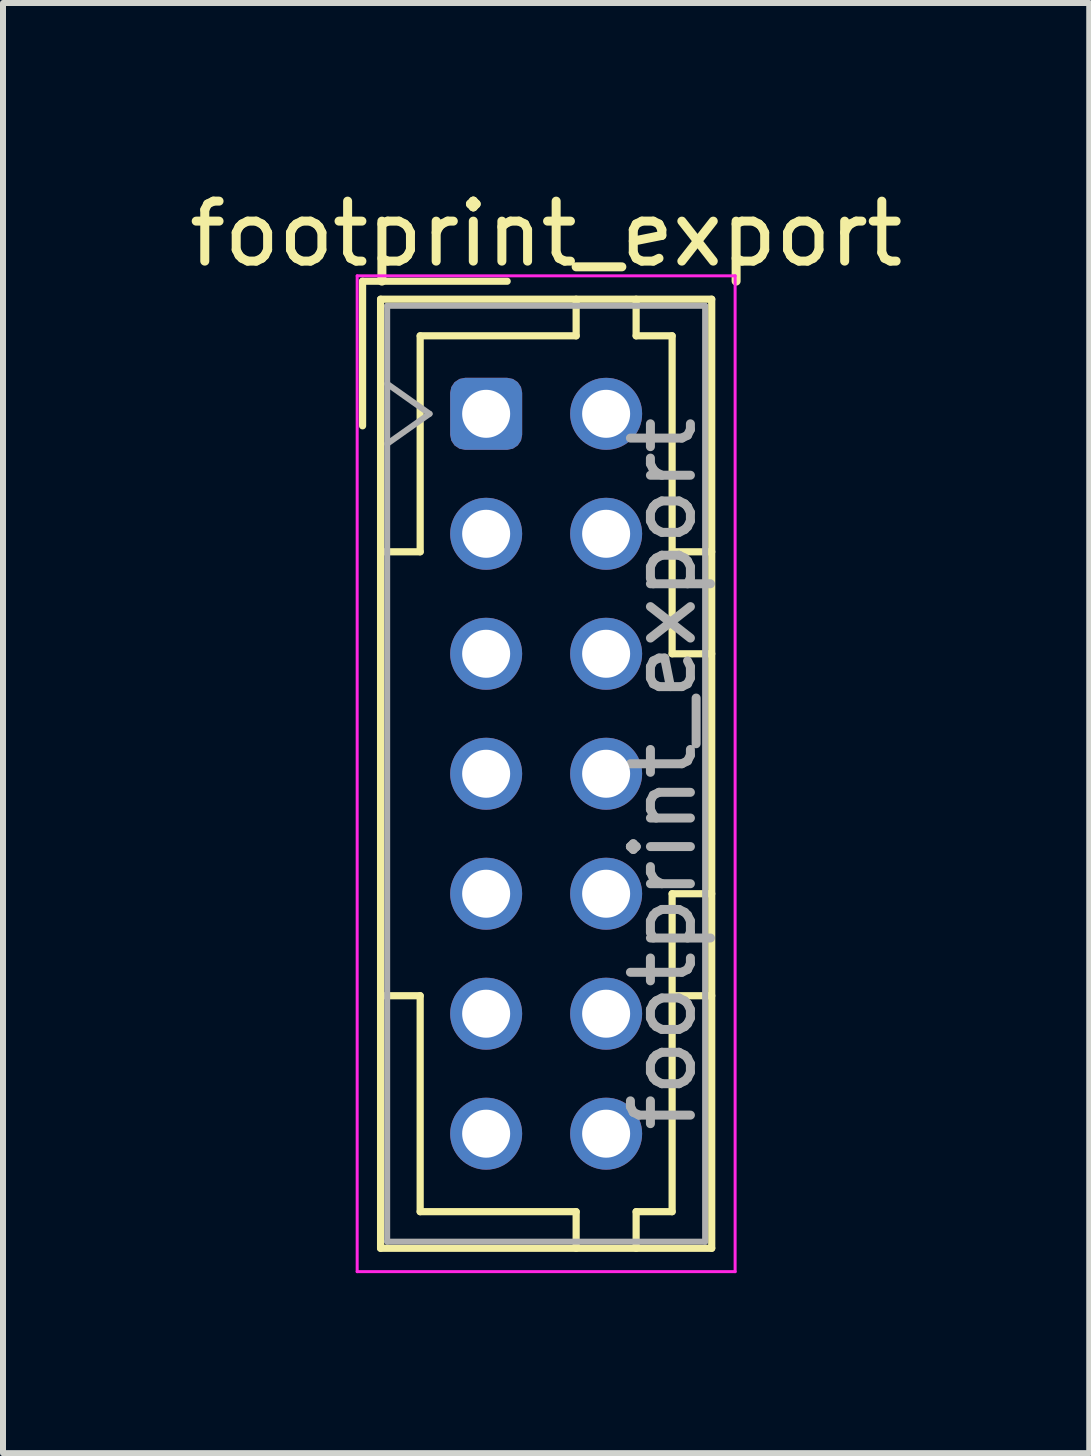
<source format=kicad_pcb>
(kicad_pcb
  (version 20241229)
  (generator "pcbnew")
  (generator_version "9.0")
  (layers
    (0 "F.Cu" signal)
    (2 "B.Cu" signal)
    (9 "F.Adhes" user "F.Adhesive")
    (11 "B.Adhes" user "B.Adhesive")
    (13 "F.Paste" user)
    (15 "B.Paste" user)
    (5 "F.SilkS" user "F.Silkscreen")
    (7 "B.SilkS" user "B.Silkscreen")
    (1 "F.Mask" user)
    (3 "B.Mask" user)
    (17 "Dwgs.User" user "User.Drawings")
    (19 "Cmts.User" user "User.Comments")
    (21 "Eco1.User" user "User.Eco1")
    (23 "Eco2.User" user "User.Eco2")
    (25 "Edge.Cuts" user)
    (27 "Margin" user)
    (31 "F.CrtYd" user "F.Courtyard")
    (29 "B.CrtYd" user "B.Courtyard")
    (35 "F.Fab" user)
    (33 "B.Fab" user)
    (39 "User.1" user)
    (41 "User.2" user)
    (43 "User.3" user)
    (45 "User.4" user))
  (footprint "footprint_export"
    (layer "F.Cu")
    (at 5.054 3.848)
    (property "Reference" "footprint_export" (at 1 -3 0) (layer "F.SilkS") (effects (font (size 1 1) (thickness 0.15))))
    (attr through_hole)
    (fp_line (start -2.06 -2.21) (end -2.06 0.2) (stroke (width 0.12) (type solid)) (layer "F.SilkS"))
    (fp_line (start -1.76 -1.91) (end -1.76 13.91) (stroke (width 0.12) (type solid)) (layer "F.SilkS"))
    (fp_line (start -1.76 13.91) (end 3.76 13.91) (stroke (width 0.12) (type solid)) (layer "F.SilkS"))
    (fp_line (start -1.1 -1.3) (end -1.1 2.3) (stroke (width 0.12) (type solid)) (layer "F.SilkS"))
    (fp_line (start -1.1 2.3) (end -1.76 2.3) (stroke (width 0.12) (type solid)) (layer "F.SilkS"))
    (fp_line (start -1.1 9.7) (end -1.76 9.7) (stroke (width 0.12) (type solid)) (layer "F.SilkS"))
    (fp_line (start -1.1 13.3) (end -1.1 9.7) (stroke (width 0.12) (type solid)) (layer "F.SilkS"))
    (fp_line (start 0.35 -2.21) (end -2.06 -2.21) (stroke (width 0.12) (type solid)) (layer "F.SilkS"))
    (fp_line (start 1.5 -1.91) (end 1.5 -1.3) (stroke (width 0.12) (type solid)) (layer "F.SilkS"))
    (fp_line (start 1.5 -1.3) (end -1.1 -1.3) (stroke (width 0.12) (type solid)) (layer "F.SilkS"))
    (fp_line (start 1.5 13.3) (end -1.1 13.3) (stroke (width 0.12) (type solid)) (layer "F.SilkS"))
    (fp_line (start 1.5 13.91) (end 1.5 13.3) (stroke (width 0.12) (type solid)) (layer "F.SilkS"))
    (fp_line (start 2.5 -1.91) (end 2.5 -1.3) (stroke (width 0.12) (type solid)) (layer "F.SilkS"))
    (fp_line (start 2.5 -1.3) (end 3.1 -1.3) (stroke (width 0.12) (type solid)) (layer "F.SilkS"))
    (fp_line (start 2.5 13.3) (end 3.1 13.3) (stroke (width 0.12) (type solid)) (layer "F.SilkS"))
    (fp_line (start 2.5 13.91) (end 2.5 13.3) (stroke (width 0.12) (type solid)) (layer "F.SilkS"))
    (fp_line (start 3.1 -1.3) (end 3.1 4) (stroke (width 0.12) (type solid)) (layer "F.SilkS"))
    (fp_line (start 3.1 4) (end 3.76 4) (stroke (width 0.12) (type solid)) (layer "F.SilkS"))
    (fp_line (start 3.1 8) (end 3.76 8) (stroke (width 0.12) (type solid)) (layer "F.SilkS"))
    (fp_line (start 3.1 13.3) (end 3.1 8) (stroke (width 0.12) (type solid)) (layer "F.SilkS"))
    (fp_line (start 3.76 -1.91) (end -1.76 -1.91) (stroke (width 0.12) (type solid)) (layer "F.SilkS"))
    (fp_line (start 3.76 2.3) (end 3.1 2.3) (stroke (width 0.12) (type solid)) (layer "F.SilkS"))
    (fp_line (start 3.76 9.7) (end 3.1 9.7) (stroke (width 0.12) (type solid)) (layer "F.SilkS"))
    (fp_line (start 3.76 13.91) (end 3.76 -1.91) (stroke (width 0.12) (type solid)) (layer "F.SilkS"))
    (fp_line (start -2.15 -2.3) (end -2.15 14.3) (stroke (width 0.05) (type solid)) (layer "F.CrtYd"))
    (fp_line (start -2.15 14.3) (end 4.15 14.3) (stroke (width 0.05) (type solid)) (layer "F.CrtYd"))
    (fp_line (start 4.15 -2.3) (end -2.15 -2.3) (stroke (width 0.05) (type solid)) (layer "F.CrtYd"))
    (fp_line (start 4.15 14.3) (end 4.15 -2.3) (stroke (width 0.05) (type solid)) (layer "F.CrtYd"))
    (fp_line (start -1.65 -1.8) (end -1.65 13.8) (stroke (width 0.1) (type solid)) (layer "F.Fab"))
    (fp_line (start -1.65 0.5) (end -0.943 0) (stroke (width 0.1) (type solid)) (layer "F.Fab"))
    (fp_line (start -1.65 13.8) (end 3.65 13.8) (stroke (width 0.1) (type solid)) (layer "F.Fab"))
    (fp_line (start -0.943 0) (end -1.65 -0.5) (stroke (width 0.1) (type solid)) (layer "F.Fab"))
    (fp_line (start 3.65 -1.8) (end -1.65 -1.8) (stroke (width 0.1) (type solid)) (layer "F.Fab"))
    (fp_line (start 3.65 13.8) (end 3.65 -1.8) (stroke (width 0.1) (type solid)) (layer "F.Fab"))
    (fp_text user "${REFERENCE}" (at 2.95 6 90) (layer "F.Fab") (effects (font (size 1 1) (thickness 0.15))))
    (pad "a1" thru_hole roundrect (at 0 0) (size 1.2 1.2) (drill 0.8) (layers "*.Cu" "*.Mask") (roundrect_rratio 0.208))
    (pad "a2" thru_hole circle (at 0 2) (size 1.2 1.2) (drill 0.8) (layers "*.Cu" "*.Mask"))
    (pad "a3" thru_hole circle (at 0 4) (size 1.2 1.2) (drill 0.8) (layers "*.Cu" "*.Mask"))
    (pad "a4" thru_hole circle (at 0 6) (size 1.2 1.2) (drill 0.8) (layers "*.Cu" "*.Mask"))
    (pad "a5" thru_hole circle (at 0 8) (size 1.2 1.2) (drill 0.8) (layers "*.Cu" "*.Mask"))
    (pad "a6" thru_hole circle (at 0 10) (size 1.2 1.2) (drill 0.8) (layers "*.Cu" "*.Mask"))
    (pad "a7" thru_hole circle (at 0 12) (size 1.2 1.2) (drill 0.8) (layers "*.Cu" "*.Mask"))
    (pad "b1" thru_hole circle (at 2 0) (size 1.2 1.2) (drill 0.8) (layers "*.Cu" "*.Mask"))
    (pad "b2" thru_hole circle (at 2 2) (size 1.2 1.2) (drill 0.8) (layers "*.Cu" "*.Mask"))
    (pad "b3" thru_hole circle (at 2 4) (size 1.2 1.2) (drill 0.8) (layers "*.Cu" "*.Mask"))
    (pad "b4" thru_hole circle (at 2 6) (size 1.2 1.2) (drill 0.8) (layers "*.Cu" "*.Mask"))
    (pad "b5" thru_hole circle (at 2 8) (size 1.2 1.2) (drill 0.8) (layers "*.Cu" "*.Mask"))
    (pad "b6" thru_hole circle (at 2 10) (size 1.2 1.2) (drill 0.8) (layers "*.Cu" "*.Mask"))
    (pad "b7" thru_hole circle (at 2 12) (size 1.2 1.2) (drill 0.8) (layers "*.Cu" "*.Mask")))
  (gr_rect
    (start -3 -3)
    (end 15.107 21.173)
    (stroke (width 0.1) (type default))
    (fill no)
    (layer "Edge.Cuts")))
</source>
